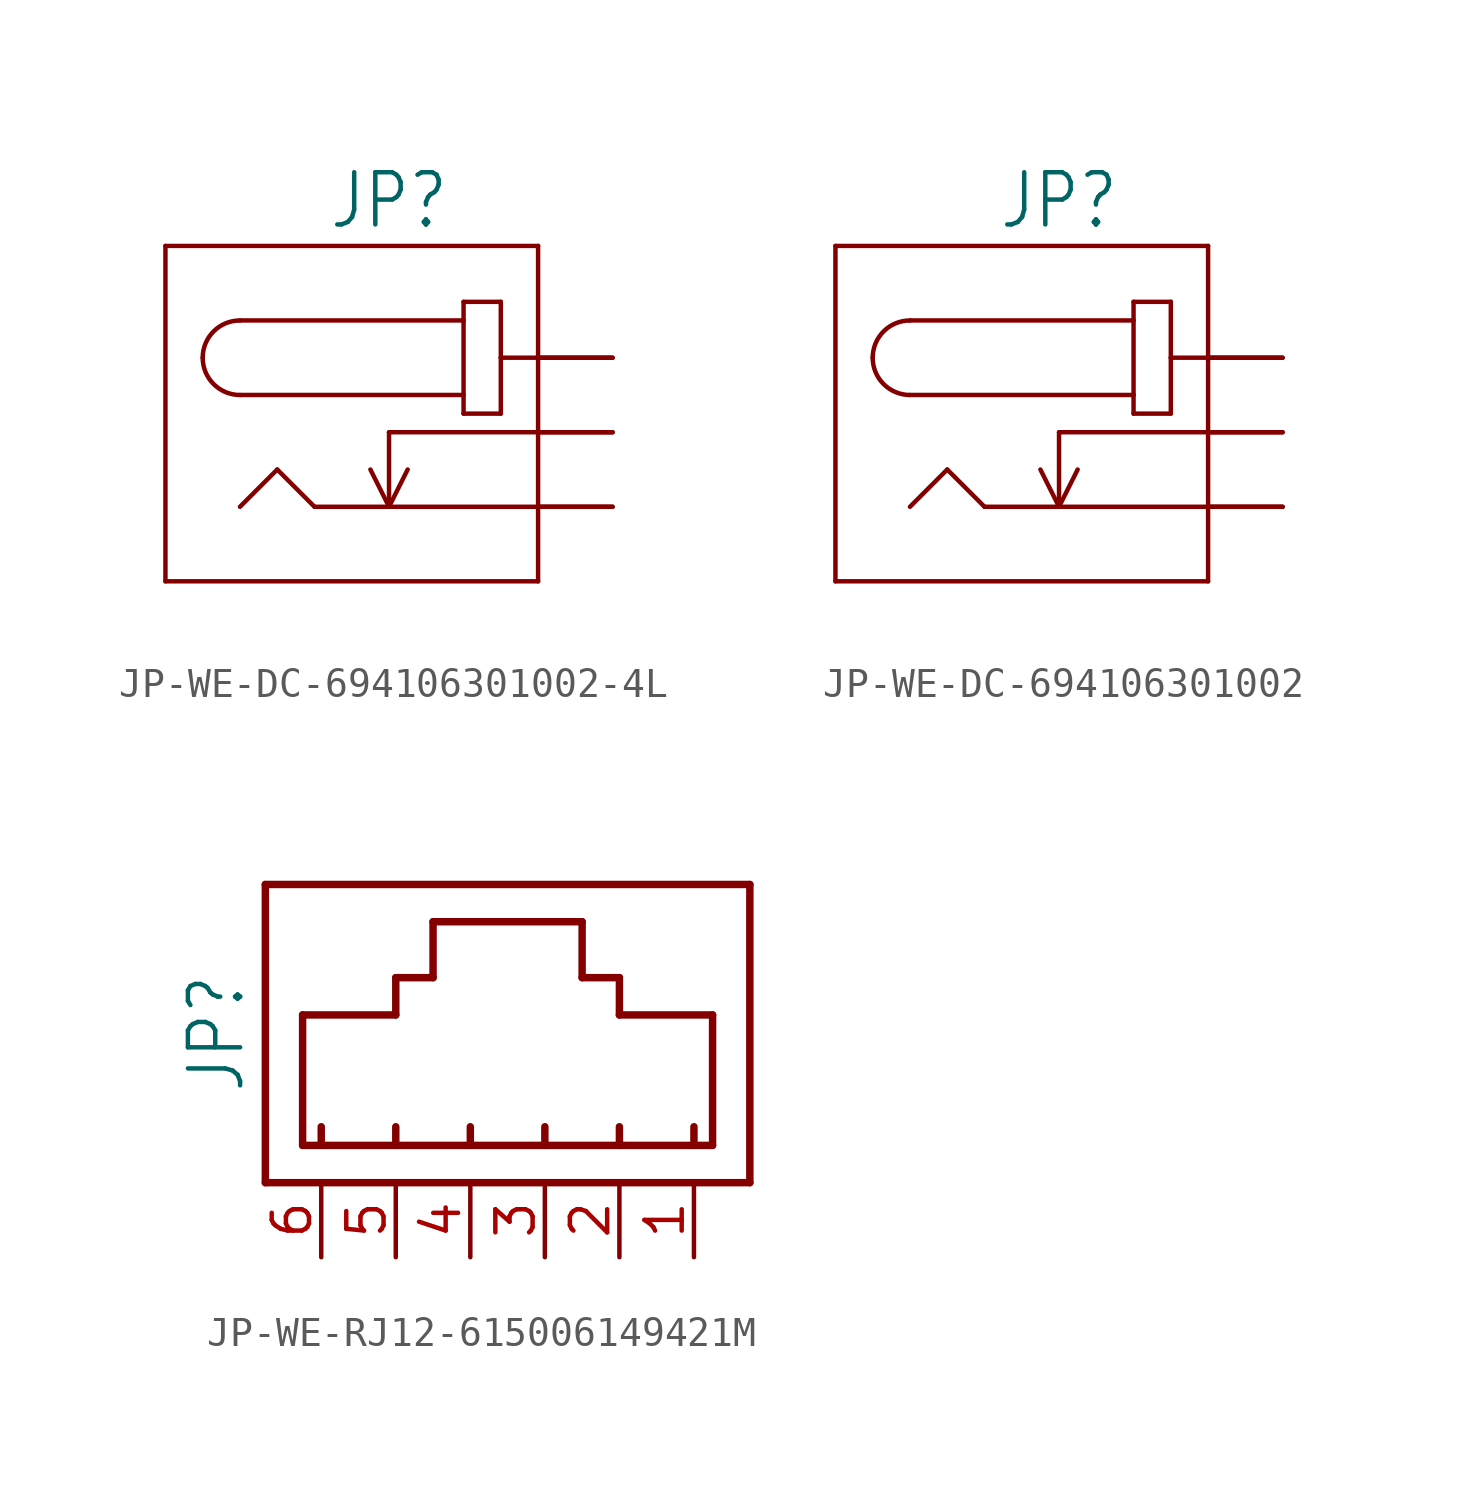
<source format=kicad_sym>
(kicad_symbol_lib
  (version 20231120)
  (generator "kicad_symbol_editor")
  (generator_version "8.0")
  (symbol "JP-WE-DC-694106301002-4L"
    (property "Reference" "JP"
      (at 0 6.858 0)
      (effects (font (size 1.778 1.511)) (justify bottom)))
    (property "Value" ""
      (at 0 -5.588 0)
      (effects (font (size 1.778 1.511)) (justify top)))
    (property "ki_locked" ""
      (at 0 0 0)
      (effects (font (size 1.27 1.27))))
    (symbol "JP-WE-DC-694106301002-4L_1_0"
      (arc (start -6.35 2.54) (mid -5.978 1.642) (end -5.08 1.27) (stroke (width 0.1524) (type solid)) (fill (type none)))
      (arc (start -5.08 3.81) (mid -5.978 3.438) (end -6.35 2.54) (stroke (width 0.1524) (type solid)) (fill (type none)))
      (polyline (pts (xy -7.62 -5.08) (xy 5.08 -5.08)) (stroke (width 0.152) (type solid)) (fill (type none)))
      (polyline (pts (xy -7.62 6.35) (xy -7.62 -5.08)) (stroke (width 0.152) (type solid)) (fill (type none)))
      (polyline (pts (xy -5.08 1.27) (xy 2.54 1.27)) (stroke (width 0.152) (type solid)) (fill (type none)))
      (polyline (pts (xy -3.81 -1.27) (xy -5.08 -2.54)) (stroke (width 0.152) (type solid)) (fill (type none)))
      (polyline (pts (xy -2.54 -2.54) (xy -3.81 -1.27)) (stroke (width 0.152) (type solid)) (fill (type none)))
      (polyline (pts (xy 0 -2.54) (xy -2.54 -2.54)) (stroke (width 0.152) (type solid)) (fill (type none)))
      (polyline (pts (xy 0 -2.54) (xy -0.635 -1.27)) (stroke (width 0.152) (type solid)) (fill (type none)))
      (polyline (pts (xy 0 -2.54) (xy 0.635 -1.27)) (stroke (width 0.152) (type solid)) (fill (type none)))
      (polyline (pts (xy 0 0) (xy 0 -2.54)) (stroke (width 0.152) (type solid)) (fill (type none)))
      (polyline (pts (xy 2.54 0.635) (xy 3.81 0.635)) (stroke (width 0.152) (type solid)) (fill (type none)))
      (polyline (pts (xy 2.54 1.27) (xy 2.54 0.635)) (stroke (width 0.152) (type solid)) (fill (type none)))
      (polyline (pts (xy 2.54 3.81) (xy -5.08 3.81)) (stroke (width 0.152) (type solid)) (fill (type none)))
      (polyline (pts (xy 2.54 3.81) (xy 2.54 1.27)) (stroke (width 0.152) (type solid)) (fill (type none)))
      (polyline (pts (xy 2.54 4.445) (xy 2.54 3.81)) (stroke (width 0.152) (type solid)) (fill (type none)))
      (polyline (pts (xy 3.81 0.635) (xy 3.81 2.54)) (stroke (width 0.152) (type solid)) (fill (type none)))
      (polyline (pts (xy 3.81 2.54) (xy 3.81 4.445)) (stroke (width 0.152) (type solid)) (fill (type none)))
      (polyline (pts (xy 3.81 4.445) (xy 2.54 4.445)) (stroke (width 0.152) (type solid)) (fill (type none)))
      (polyline (pts (xy 5.08 -5.08) (xy 5.08 0)) (stroke (width 0.152) (type solid)) (fill (type none)))
      (polyline (pts (xy 5.08 -2.54) (xy 0 -2.54)) (stroke (width 0.152) (type solid)) (fill (type none)))
      (polyline (pts (xy 5.08 0) (xy 0 0)) (stroke (width 0.152) (type solid)) (fill (type none)))
      (polyline (pts (xy 5.08 0) (xy 5.08 6.35)) (stroke (width 0.152) (type solid)) (fill (type none)))
      (polyline (pts (xy 5.08 2.54) (xy 3.81 2.54)) (stroke (width 0.152) (type solid)) (fill (type none)))
      (polyline (pts (xy 5.08 6.35) (xy -7.62 6.35)) (stroke (width 0.152) (type solid)) (fill (type none)))
      (pin passive line (at 7.62 2.54 180) (length 2.54) (name "1" (effects (font (size 0 0)))) (number "1A" (effects (font (size 0 0)))))
      (pin passive line (at 7.62 2.54 180) (length 2.54) (name "1" (effects (font (size 0 0)))) (number "1B" (effects (font (size 0 0)))))
      (pin passive line (at 7.62 -2.54 180) (length 2.54) (name "2" (effects (font (size 0 0)))) (number "2A" (effects (font (size 0 0)))))
      (pin passive line (at 7.62 -2.54 180) (length 2.54) (name "2" (effects (font (size 0 0)))) (number "2B" (effects (font (size 0 0)))))
      (pin passive line (at 7.62 0 180) (length 2.54) (name "3" (effects (font (size 0 0)))) (number "3A" (effects (font (size 0 0)))))
      (pin passive line (at 7.62 0 180) (length 2.54) (name "3" (effects (font (size 0 0)))) (number "3B" (effects (font (size 0 0)))))))
  (symbol "JP-WE-DC-694106301002"
    (property "Reference" "JP"
      (at 0 6.858 0)
      (effects (font (size 1.778 1.511)) (justify bottom)))
    (property "Value" ""
      (at 0 -5.588 0)
      (effects (font (size 1.778 1.511)) (justify top)))
    (property "ki_locked" ""
      (at 0 0 0)
      (effects (font (size 1.27 1.27))))
    (symbol "JP-WE-DC-694106301002_1_0"
      (arc (start -6.35 2.54) (mid -5.978 1.642) (end -5.08 1.27) (stroke (width 0.1524) (type solid)) (fill (type none)))
      (arc (start -5.08 3.81) (mid -5.978 3.438) (end -6.35 2.54) (stroke (width 0.1524) (type solid)) (fill (type none)))
      (polyline (pts (xy -7.62 -5.08) (xy 5.08 -5.08)) (stroke (width 0.152) (type solid)) (fill (type none)))
      (polyline (pts (xy -7.62 6.35) (xy -7.62 -5.08)) (stroke (width 0.152) (type solid)) (fill (type none)))
      (polyline (pts (xy -5.08 1.27) (xy 2.54 1.27)) (stroke (width 0.152) (type solid)) (fill (type none)))
      (polyline (pts (xy -3.81 -1.27) (xy -5.08 -2.54)) (stroke (width 0.152) (type solid)) (fill (type none)))
      (polyline (pts (xy -2.54 -2.54) (xy -3.81 -1.27)) (stroke (width 0.152) (type solid)) (fill (type none)))
      (polyline (pts (xy 0 -2.54) (xy -2.54 -2.54)) (stroke (width 0.152) (type solid)) (fill (type none)))
      (polyline (pts (xy 0 -2.54) (xy -0.635 -1.27)) (stroke (width 0.152) (type solid)) (fill (type none)))
      (polyline (pts (xy 0 -2.54) (xy 0.635 -1.27)) (stroke (width 0.152) (type solid)) (fill (type none)))
      (polyline (pts (xy 0 0) (xy 0 -2.54)) (stroke (width 0.152) (type solid)) (fill (type none)))
      (polyline (pts (xy 2.54 0.635) (xy 3.81 0.635)) (stroke (width 0.152) (type solid)) (fill (type none)))
      (polyline (pts (xy 2.54 1.27) (xy 2.54 0.635)) (stroke (width 0.152) (type solid)) (fill (type none)))
      (polyline (pts (xy 2.54 3.81) (xy -5.08 3.81)) (stroke (width 0.152) (type solid)) (fill (type none)))
      (polyline (pts (xy 2.54 3.81) (xy 2.54 1.27)) (stroke (width 0.152) (type solid)) (fill (type none)))
      (polyline (pts (xy 2.54 4.445) (xy 2.54 3.81)) (stroke (width 0.152) (type solid)) (fill (type none)))
      (polyline (pts (xy 3.81 0.635) (xy 3.81 2.54)) (stroke (width 0.152) (type solid)) (fill (type none)))
      (polyline (pts (xy 3.81 2.54) (xy 3.81 4.445)) (stroke (width 0.152) (type solid)) (fill (type none)))
      (polyline (pts (xy 3.81 4.445) (xy 2.54 4.445)) (stroke (width 0.152) (type solid)) (fill (type none)))
      (polyline (pts (xy 5.08 -5.08) (xy 5.08 0)) (stroke (width 0.152) (type solid)) (fill (type none)))
      (polyline (pts (xy 5.08 -2.54) (xy 0 -2.54)) (stroke (width 0.152) (type solid)) (fill (type none)))
      (polyline (pts (xy 5.08 0) (xy 0 0)) (stroke (width 0.152) (type solid)) (fill (type none)))
      (polyline (pts (xy 5.08 0) (xy 5.08 6.35)) (stroke (width 0.152) (type solid)) (fill (type none)))
      (polyline (pts (xy 5.08 2.54) (xy 3.81 2.54)) (stroke (width 0.152) (type solid)) (fill (type none)))
      (polyline (pts (xy 5.08 6.35) (xy -7.62 6.35)) (stroke (width 0.152) (type solid)) (fill (type none)))
      (pin passive line (at 7.62 2.54 180) (length 2.54) (name "1" (effects (font (size 0 0)))) (number "1A" (effects (font (size 0 0)))))
      (pin passive line (at 7.62 2.54 180) (length 2.54) (name "1" (effects (font (size 0 0)))) (number "1B" (effects (font (size 0 0)))))
      (pin passive line (at 7.62 -2.54 180) (length 2.54) (name "2" (effects (font (size 0 0)))) (number "2A" (effects (font (size 0 0)))))
      (pin passive line (at 7.62 -2.54 180) (length 2.54) (name "2" (effects (font (size 0 0)))) (number "2B" (effects (font (size 0 0)))))
      (pin passive line (at 7.62 0 180) (length 2.54) (name "3" (effects (font (size 0 0)))) (number "3A" (effects (font (size 0 0)))))
      (pin passive line (at 7.62 0 180) (length 2.54) (name "3" (effects (font (size 0 0)))) (number "3B" (effects (font (size 0 0)))))))
  (symbol "JP-WE-RJ12-615006149421M"
    (property "Reference" "JP"
      (at -10.16 0 90)
      (effects (font (size 1.778 1.511)) (justify bottom)))
    (property "Value" ""
      (at 7.62 0 90)
      (effects (font (size 1.778 1.511)) (justify top)))
    (property "ki_locked" ""
      (at 0 0 0)
      (effects (font (size 1.27 1.27))))
    (symbol "JP-WE-RJ12-615006149421M_1_0"
      (polyline (pts (xy -9.525 -5.08) (xy -9.525 5.08)) (stroke (width 0.254) (type solid)) (fill (type none)))
      (polyline (pts (xy -9.525 5.08) (xy 6.985 5.08)) (stroke (width 0.254) (type solid)) (fill (type none)))
      (polyline (pts (xy -8.255 -3.81) (xy -8.255 0.635)) (stroke (width 0.254) (type solid)) (fill (type none)))
      (polyline (pts (xy -8.255 0.635) (xy -5.08 0.635)) (stroke (width 0.254) (type solid)) (fill (type none)))
      (polyline (pts (xy -7.62 -3.81) (xy -8.255 -3.81)) (stroke (width 0.254) (type solid)) (fill (type none)))
      (polyline (pts (xy -7.62 -3.81) (xy -7.62 -3.175)) (stroke (width 0.254) (type solid)) (fill (type none)))
      (polyline (pts (xy -5.08 -3.81) (xy -7.62 -3.81)) (stroke (width 0.254) (type solid)) (fill (type none)))
      (polyline (pts (xy -5.08 -3.81) (xy -5.08 -3.175)) (stroke (width 0.254) (type solid)) (fill (type none)))
      (polyline (pts (xy -5.08 0.635) (xy -5.08 1.905)) (stroke (width 0.254) (type solid)) (fill (type none)))
      (polyline (pts (xy -5.08 1.905) (xy -3.81 1.905)) (stroke (width 0.254) (type solid)) (fill (type none)))
      (polyline (pts (xy -3.81 1.905) (xy -3.81 3.81)) (stroke (width 0.254) (type solid)) (fill (type none)))
      (polyline (pts (xy -3.81 3.81) (xy 1.27 3.81)) (stroke (width 0.254) (type solid)) (fill (type none)))
      (polyline (pts (xy -2.54 -3.81) (xy -5.08 -3.81)) (stroke (width 0.254) (type solid)) (fill (type none)))
      (polyline (pts (xy -2.54 -3.81) (xy -2.54 -3.175)) (stroke (width 0.254) (type solid)) (fill (type none)))
      (polyline (pts (xy 0 -3.81) (xy -2.54 -3.81)) (stroke (width 0.254) (type solid)) (fill (type none)))
      (polyline (pts (xy 0 -3.81) (xy 0 -3.175)) (stroke (width 0.254) (type solid)) (fill (type none)))
      (polyline (pts (xy 1.27 1.905) (xy 1.27 3.81)) (stroke (width 0.254) (type solid)) (fill (type none)))
      (polyline (pts (xy 2.54 -3.81) (xy 0 -3.81)) (stroke (width 0.254) (type solid)) (fill (type none)))
      (polyline (pts (xy 2.54 -3.81) (xy 2.54 -3.175)) (stroke (width 0.254) (type solid)) (fill (type none)))
      (polyline (pts (xy 2.54 0.635) (xy 2.54 1.905)) (stroke (width 0.254) (type solid)) (fill (type none)))
      (polyline (pts (xy 2.54 1.905) (xy 1.27 1.905)) (stroke (width 0.254) (type solid)) (fill (type none)))
      (polyline (pts (xy 5.08 -3.81) (xy 2.54 -3.81)) (stroke (width 0.254) (type solid)) (fill (type none)))
      (polyline (pts (xy 5.08 -3.81) (xy 5.08 -3.175)) (stroke (width 0.254) (type solid)) (fill (type none)))
      (polyline (pts (xy 5.715 -3.81) (xy 5.08 -3.81)) (stroke (width 0.254) (type solid)) (fill (type none)))
      (polyline (pts (xy 5.715 0.635) (xy 2.54 0.635)) (stroke (width 0.254) (type solid)) (fill (type none)))
      (polyline (pts (xy 5.715 0.635) (xy 5.715 -3.81)) (stroke (width 0.254) (type solid)) (fill (type none)))
      (polyline (pts (xy 6.985 -5.08) (xy -9.525 -5.08)) (stroke (width 0.254) (type solid)) (fill (type none)))
      (polyline (pts (xy 6.985 5.08) (xy 6.985 -5.08)) (stroke (width 0.254) (type solid)) (fill (type none)))
      (pin passive line (at 5.08 -7.62 90) (length 2.54) (name "1" (effects (font (size 0 0)))) (number "1" (effects (font (size 1.27 1.27)))))
      (pin passive line (at 2.54 -7.62 90) (length 2.54) (name "2" (effects (font (size 0 0)))) (number "2" (effects (font (size 1.27 1.27)))))
      (pin passive line (at 0 -7.62 90) (length 2.54) (name "3" (effects (font (size 0 0)))) (number "3" (effects (font (size 1.27 1.27)))))
      (pin passive line (at -2.54 -7.62 90) (length 2.54) (name "4" (effects (font (size 0 0)))) (number "4" (effects (font (size 1.27 1.27)))))
      (pin passive line (at -5.08 -7.62 90) (length 2.54) (name "5" (effects (font (size 0 0)))) (number "5" (effects (font (size 1.27 1.27)))))
      (pin passive line (at -7.62 -7.62 90) (length 2.54) (name "6" (effects (font (size 0 0)))) (number "6" (effects (font (size 1.27 1.27))))))))
</source>
